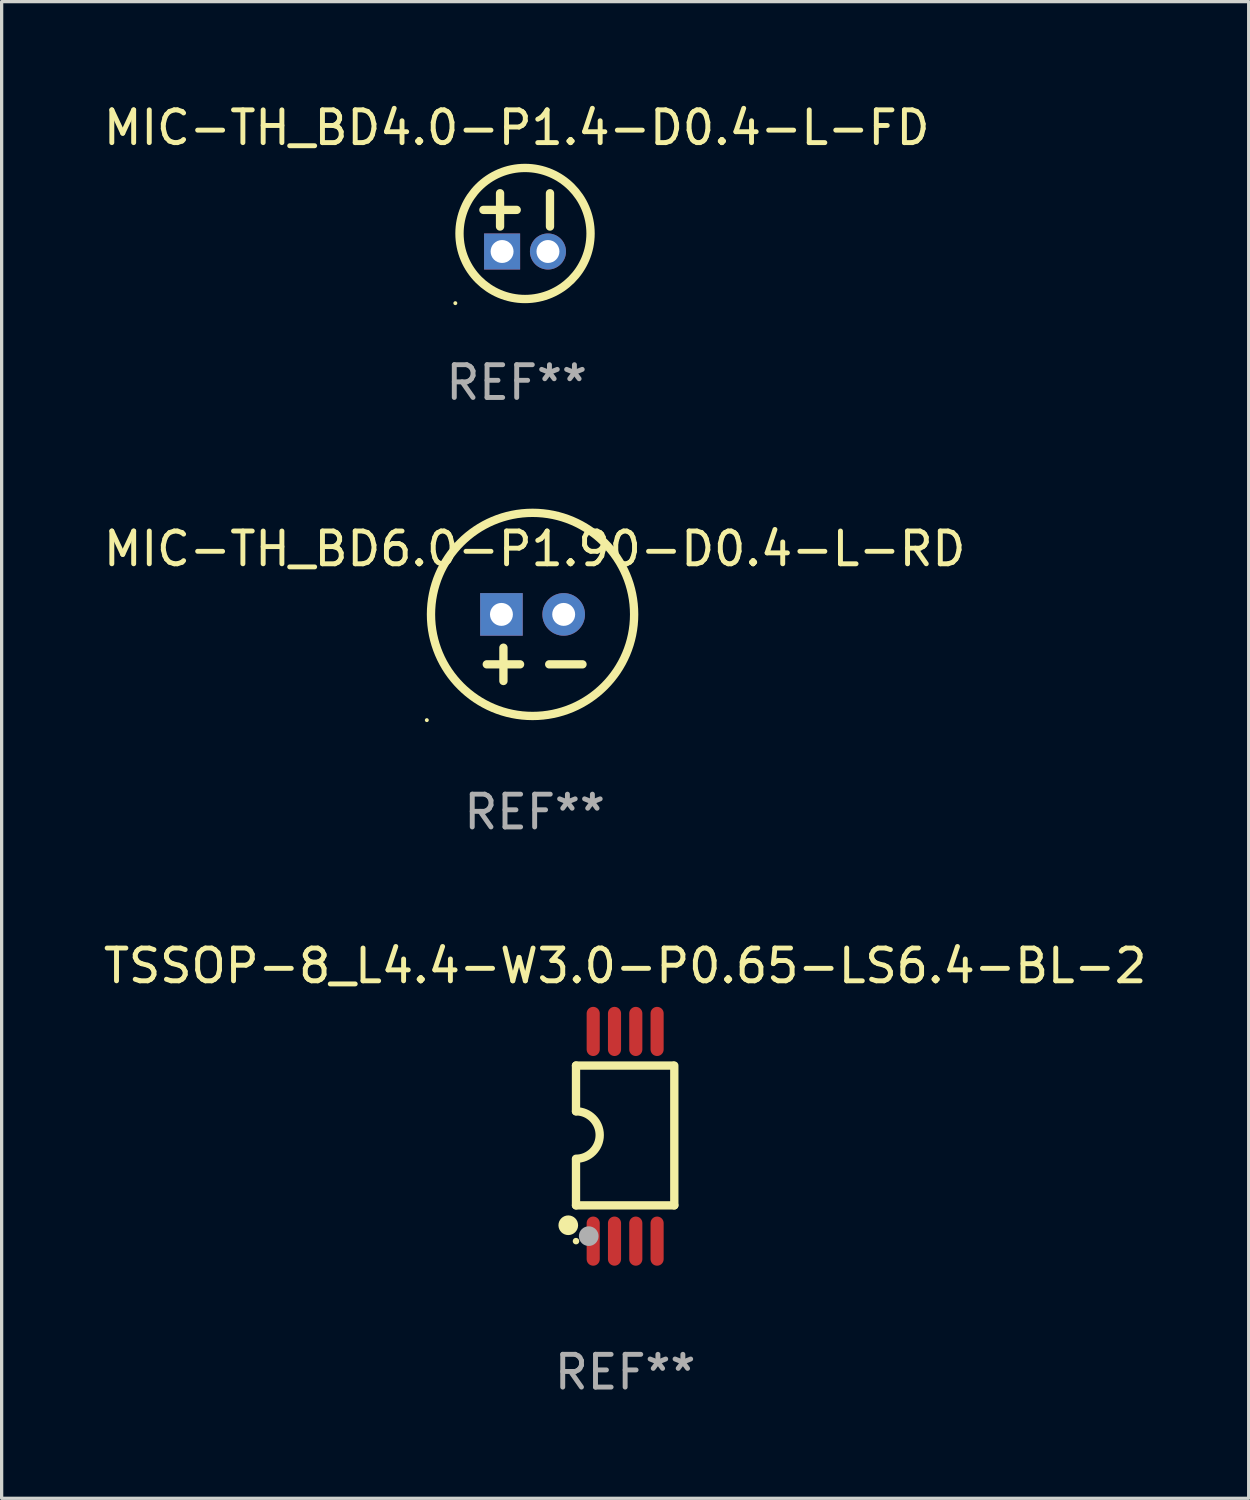
<source format=kicad_pcb>
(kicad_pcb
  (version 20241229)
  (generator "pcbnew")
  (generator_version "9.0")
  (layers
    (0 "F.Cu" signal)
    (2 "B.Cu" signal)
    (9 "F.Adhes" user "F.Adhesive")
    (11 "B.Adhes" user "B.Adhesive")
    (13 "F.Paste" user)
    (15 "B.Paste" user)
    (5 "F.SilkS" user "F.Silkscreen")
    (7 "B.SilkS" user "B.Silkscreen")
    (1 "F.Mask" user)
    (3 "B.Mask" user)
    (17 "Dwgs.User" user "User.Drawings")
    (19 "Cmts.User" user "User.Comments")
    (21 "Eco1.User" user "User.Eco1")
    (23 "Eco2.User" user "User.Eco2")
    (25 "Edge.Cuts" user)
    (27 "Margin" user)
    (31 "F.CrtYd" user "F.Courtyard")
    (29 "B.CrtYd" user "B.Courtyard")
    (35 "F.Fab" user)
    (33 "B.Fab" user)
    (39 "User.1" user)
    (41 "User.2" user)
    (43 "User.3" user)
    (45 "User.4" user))
  (footprint "TSSOP-8_L4.4-W3.0-P0.65-LS6.4-BL-2"
    (layer "F.Cu")
    (at 16.03 31.63)
    (property "Reference" "TSSOP-8_L4.4-W3.0-P0.65-LS6.4-BL-2" (at -0.000076 -5.2 0) (layer "F.SilkS") (effects (font (size 1 1) (thickness 0.15))))
    (attr through_hole)
    (fp_line (start -1.5 -0.762) (end -1.5 -2.159) (stroke (width 0.254) (type solid)) (layer "F.SilkS"))
    (fp_line (start -1.5 2.108) (end -1.5 0.711) (stroke (width 0.254) (type solid)) (layer "F.SilkS"))
    (fp_line (start -1.5 2.108) (end 1.5 2.108) (stroke (width 0.254) (type solid)) (layer "F.SilkS"))
    (fp_line (start 1.463 -2.159) (end -1.5 -2.159) (stroke (width 0.254) (type solid)) (layer "F.SilkS"))
    (fp_line (start 1.5 2.108) (end 1.5 -2.159) (stroke (width 0.254) (type solid)) (layer "F.SilkS"))
    (fp_arc (start -1.734823 2.565405) (mid -1.736303 2.865424) (end -1.736944 2.565402) (stroke (width 0.3) (type solid)) (layer "F.SilkS"))
    (fp_arc (start -1.500152 -0.762002) (mid -0.776251 -0.038099) (end -1.500154 0.685802) (stroke (width 0.254001) (type solid)) (layer "F.SilkS"))
    (fp_circle (center -1.5 3.2) (end -1.45 3.2) (stroke (width 0.1) (type solid)) (fill no) (layer "F.SilkS"))
    (fp_circle (center -1.112 3.048) (end -0.962 3.048) (stroke (width 0.3) (type solid)) (fill no) (layer "F.Fab"))
    (fp_text user "REF**" (at -0.000076 7.2 0) (layer "F.Fab") (effects (font (size 1 1) (thickness 0.15))))
    (pad "1" smd oval (at -0.975 3.2 180) (size 0.4 1.5) (layers "F.Cu" "F.Mask" "F.Paste"))
    (pad "2" smd oval (at -0.325 3.2 180) (size 0.4 1.5) (layers "F.Cu" "F.Mask" "F.Paste"))
    (pad "3" smd oval (at 0.325 3.2 180) (size 0.4 1.5) (layers "F.Cu" "F.Mask" "F.Paste"))
    (pad "4" smd oval (at 0.975 3.2 180) (size 0.4 1.5) (layers "F.Cu" "F.Mask" "F.Paste"))
    (pad "5" smd oval (at 0.975 -3.2 180) (size 0.4 1.5) (layers "F.Cu" "F.Mask" "F.Paste"))
    (pad "6" smd oval (at 0.325 -3.2 180) (size 0.4 1.5) (layers "F.Cu" "F.Mask" "F.Paste"))
    (pad "7" smd oval (at -0.325 -3.2 180) (size 0.4 1.5) (layers "F.Cu" "F.Mask" "F.Paste"))
    (pad "8" smd oval (at -0.975 -3.2 180) (size 0.4 1.5) (layers "F.Cu" "F.Mask" "F.Paste")))
  (footprint "MIC-TH_BD4.0-P1.4-D0.4-L-FD"
    (layer "F.Cu")
    (at 12.974 4.626)
    (property "Reference" "MIC-TH_BD4.0-P1.4-D0.4-L-FD" (at -0.254 -3.778 0) (layer "F.SilkS") (effects (font (size 1 1) (thickness 0.15))))
    (attr through_hole)
    (fp_line (start -0.762 -1.778) (end -0.762 -0.762) (stroke (width 0.254) (type solid)) (layer "F.SilkS"))
    (fp_line (start -0.254 -1.27) (end -1.27 -1.27) (stroke (width 0.254) (type solid)) (layer "F.SilkS"))
    (fp_line (start 0.762 -1.778) (end 0.762 -0.762) (stroke (width 0.254) (type solid)) (layer "F.SilkS"))
    (fp_circle (center -2.127 1.577) (end -2.097 1.577) (stroke (width 0.06) (type solid)) (fill no) (layer "F.SilkS"))
    (fp_circle (center 0 -0.55) (end 2 -0.55) (stroke (width 0.254) (type solid)) (fill no) (layer "F.SilkS"))
    (fp_text user "REF**" (at -0.254 4 0) (layer "F.Fab") (effects (font (size 1 1) (thickness 0.15))))
    (pad "1" thru_hole rect (at -0.7 0 270) (size 1.1 1.1) (drill 0.7) (layers "*.Cu" "*.Mask"))
    (pad "2" thru_hole circle (at 0.7 0) (size 1.1 1.1) (drill 0.7) (layers "*.Cu" "*.Mask")))
  (footprint "MIC-TH_BD6.0-P1.90-D0.4-L-RD"
    (layer "F.Cu")
    (at 13.204 15.702)
    (property "Reference" "MIC-TH_BD6.0-P1.90-D0.4-L-RD" (at 0.064 -2 0) (layer "F.SilkS") (effects (font (size 1 1) (thickness 0.15))))
    (attr through_hole)
    (fp_line (start -1.397 1.524) (end -0.381 1.524) (stroke (width 0.254) (type solid)) (layer "F.SilkS"))
    (fp_line (start -0.889 2.032) (end -0.889 1.016) (stroke (width 0.254) (type solid)) (layer "F.SilkS"))
    (fp_line (start 1.524 1.524) (end 0.508 1.524) (stroke (width 0.254) (type solid)) (layer "F.SilkS"))
    (fp_circle (center -3.227 3.227) (end -3.197 3.227) (stroke (width 0.06) (type solid)) (fill no) (layer "F.SilkS"))
    (fp_circle (center 0 0) (end 3.1 0) (stroke (width 0.254) (type solid)) (fill no) (layer "F.SilkS"))
    (fp_text user "REF**" (at 0.064 6.032 0) (layer "F.Fab") (effects (font (size 1 1) (thickness 0.15))))
    (pad "1" thru_hole rect (at -0.95 0) (size 1.3 1.3) (drill 0.7) (layers "*.Cu" "*.Mask"))
    (pad "2" thru_hole circle (at 0.95 0) (size 1.3 1.3) (drill 0.7) (layers "*.Cu" "*.Mask")))
  (gr_rect
    (start -3 -3)
    (end 35.06 42.679)
    (stroke (width 0.1) (type default))
    (fill no)
    (layer "Edge.Cuts")))
</source>
